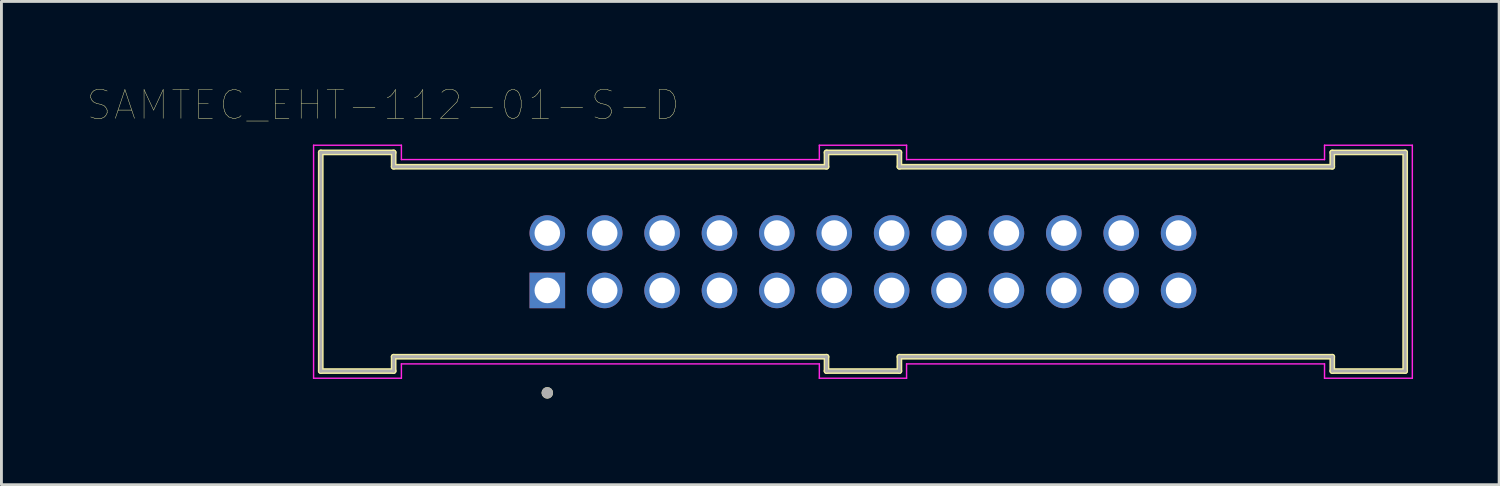
<source format=kicad_pcb>
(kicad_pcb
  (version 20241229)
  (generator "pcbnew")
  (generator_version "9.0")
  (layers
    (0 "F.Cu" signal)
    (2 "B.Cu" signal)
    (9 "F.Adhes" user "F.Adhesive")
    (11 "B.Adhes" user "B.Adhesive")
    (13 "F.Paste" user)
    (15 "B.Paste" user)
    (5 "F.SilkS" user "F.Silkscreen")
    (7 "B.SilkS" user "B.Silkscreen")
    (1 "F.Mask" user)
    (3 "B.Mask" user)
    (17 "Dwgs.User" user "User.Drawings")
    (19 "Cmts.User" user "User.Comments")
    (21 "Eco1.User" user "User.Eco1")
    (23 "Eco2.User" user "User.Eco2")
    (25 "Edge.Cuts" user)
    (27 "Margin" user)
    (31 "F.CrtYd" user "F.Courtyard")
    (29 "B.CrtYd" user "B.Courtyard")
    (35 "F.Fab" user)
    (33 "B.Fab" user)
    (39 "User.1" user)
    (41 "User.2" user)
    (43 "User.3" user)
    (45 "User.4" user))
  (footprint "SAMTEC_EHT-112-01-S-D"
    (layer "F.Cu")
    (at 27.023 6.071)
    (property "Reference" "SAMTEC_EHT-112-01-S-D" (at -16.72 -5.46 0) (layer "F.SilkS") (effects (font (size 1 1) (thickness 0.015))))
    (attr through_hole)
    (fp_line (start -18.895 -3.81) (end -16.355 -3.81) (stroke (width 0.2) (type solid)) (layer "F.SilkS"))
    (fp_line (start -18.895 3.81) (end -18.895 -3.81) (stroke (width 0.2) (type solid)) (layer "F.SilkS"))
    (fp_line (start -18.895 3.81) (end -16.355 3.81) (stroke (width 0.2) (type solid)) (layer "F.SilkS"))
    (fp_line (start -16.355 -3.31) (end -16.355 -3.81) (stroke (width 0.2) (type solid)) (layer "F.SilkS"))
    (fp_line (start -16.355 -3.31) (end -1.27 -3.31) (stroke (width 0.2) (type solid)) (layer "F.SilkS"))
    (fp_line (start -16.355 3.31) (end -16.355 3.81) (stroke (width 0.2) (type solid)) (layer "F.SilkS"))
    (fp_line (start -16.355 3.31) (end -1.27 3.31) (stroke (width 0.2) (type solid)) (layer "F.SilkS"))
    (fp_line (start -1.27 -3.81) (end 1.27 -3.81) (stroke (width 0.2) (type solid)) (layer "F.SilkS"))
    (fp_line (start -1.27 -3.31) (end -1.27 -3.81) (stroke (width 0.2) (type solid)) (layer "F.SilkS"))
    (fp_line (start -1.27 3.31) (end -1.27 3.81) (stroke (width 0.2) (type solid)) (layer "F.SilkS"))
    (fp_line (start -1.27 3.81) (end 1.27 3.81) (stroke (width 0.2) (type solid)) (layer "F.SilkS"))
    (fp_line (start 1.27 -3.31) (end 1.27 -3.81) (stroke (width 0.2) (type solid)) (layer "F.SilkS"))
    (fp_line (start 1.27 3.31) (end 1.27 3.81) (stroke (width 0.2) (type solid)) (layer "F.SilkS"))
    (fp_line (start 16.355 -3.31) (end 1.27 -3.31) (stroke (width 0.2) (type solid)) (layer "F.SilkS"))
    (fp_line (start 16.355 -3.31) (end 16.355 -3.81) (stroke (width 0.2) (type solid)) (layer "F.SilkS"))
    (fp_line (start 16.355 3.31) (end 1.27 3.31) (stroke (width 0.2) (type solid)) (layer "F.SilkS"))
    (fp_line (start 16.355 3.31) (end 16.355 3.81) (stroke (width 0.2) (type solid)) (layer "F.SilkS"))
    (fp_line (start 18.895 -3.81) (end 16.355 -3.81) (stroke (width 0.2) (type solid)) (layer "F.SilkS"))
    (fp_line (start 18.895 3.81) (end 16.355 3.81) (stroke (width 0.2) (type solid)) (layer "F.SilkS"))
    (fp_line (start 18.895 3.81) (end 18.895 -3.81) (stroke (width 0.2) (type solid)) (layer "F.SilkS"))
    (fp_circle (center -11 4.57) (end -10.9 4.57) (stroke (width 0.2) (type solid)) (fill no) (layer "F.SilkS"))
    (fp_line (start -19.145 -4.06) (end -16.085 -4.06) (stroke (width 0.05) (type solid)) (layer "F.CrtYd"))
    (fp_line (start -19.145 4.06) (end -19.145 -4.06) (stroke (width 0.05) (type solid)) (layer "F.CrtYd"))
    (fp_line (start -19.145 4.06) (end -16.085 4.06) (stroke (width 0.05) (type solid)) (layer "F.CrtYd"))
    (fp_line (start -16.085 -3.56) (end -16.085 -4.06) (stroke (width 0.05) (type solid)) (layer "F.CrtYd"))
    (fp_line (start -16.085 -3.56) (end -1.52 -3.56) (stroke (width 0.05) (type solid)) (layer "F.CrtYd"))
    (fp_line (start -16.085 3.56) (end -16.085 4.06) (stroke (width 0.05) (type solid)) (layer "F.CrtYd"))
    (fp_line (start -16.085 3.56) (end -1.52 3.56) (stroke (width 0.05) (type solid)) (layer "F.CrtYd"))
    (fp_line (start -1.52 -4.06) (end 1.52 -4.06) (stroke (width 0.05) (type solid)) (layer "F.CrtYd"))
    (fp_line (start -1.52 -3.56) (end -1.52 -4.06) (stroke (width 0.05) (type solid)) (layer "F.CrtYd"))
    (fp_line (start -1.52 3.56) (end -1.52 4.06) (stroke (width 0.05) (type solid)) (layer "F.CrtYd"))
    (fp_line (start -1.52 4.06) (end 1.52 4.06) (stroke (width 0.05) (type solid)) (layer "F.CrtYd"))
    (fp_line (start 1.52 -3.56) (end 1.52 -4.06) (stroke (width 0.05) (type solid)) (layer "F.CrtYd"))
    (fp_line (start 1.52 3.56) (end 1.52 4.06) (stroke (width 0.05) (type solid)) (layer "F.CrtYd"))
    (fp_line (start 16.085 -3.56) (end 1.52 -3.56) (stroke (width 0.05) (type solid)) (layer "F.CrtYd"))
    (fp_line (start 16.085 -3.56) (end 16.085 -4.06) (stroke (width 0.05) (type solid)) (layer "F.CrtYd"))
    (fp_line (start 16.085 3.56) (end 1.52 3.56) (stroke (width 0.05) (type solid)) (layer "F.CrtYd"))
    (fp_line (start 16.085 3.56) (end 16.085 4.06) (stroke (width 0.05) (type solid)) (layer "F.CrtYd"))
    (fp_line (start 19.145 -4.06) (end 16.085 -4.06) (stroke (width 0.05) (type solid)) (layer "F.CrtYd"))
    (fp_line (start 19.145 4.06) (end 16.085 4.06) (stroke (width 0.05) (type solid)) (layer "F.CrtYd"))
    (fp_line (start 19.145 4.06) (end 19.145 -4.06) (stroke (width 0.05) (type solid)) (layer "F.CrtYd"))
    (fp_line (start -18.895 -3.81) (end -16.355 -3.81) (stroke (width 0.1) (type solid)) (layer "F.Fab"))
    (fp_line (start -18.895 3.81) (end -18.895 -3.81) (stroke (width 0.1) (type solid)) (layer "F.Fab"))
    (fp_line (start -18.895 3.81) (end -16.355 3.81) (stroke (width 0.1) (type solid)) (layer "F.Fab"))
    (fp_line (start -16.355 -3.31) (end -16.355 -3.81) (stroke (width 0.1) (type solid)) (layer "F.Fab"))
    (fp_line (start -16.355 -3.31) (end -1.27 -3.31) (stroke (width 0.1) (type solid)) (layer "F.Fab"))
    (fp_line (start -16.355 3.31) (end -16.355 3.81) (stroke (width 0.1) (type solid)) (layer "F.Fab"))
    (fp_line (start -16.355 3.31) (end -1.27 3.31) (stroke (width 0.1) (type solid)) (layer "F.Fab"))
    (fp_line (start -1.27 -3.81) (end 1.27 -3.81) (stroke (width 0.1) (type solid)) (layer "F.Fab"))
    (fp_line (start -1.27 -3.31) (end -1.27 -3.81) (stroke (width 0.1) (type solid)) (layer "F.Fab"))
    (fp_line (start -1.27 3.31) (end -1.27 3.81) (stroke (width 0.1) (type solid)) (layer "F.Fab"))
    (fp_line (start -1.27 3.81) (end 1.27 3.81) (stroke (width 0.1) (type solid)) (layer "F.Fab"))
    (fp_line (start 1.27 -3.31) (end 1.27 -3.81) (stroke (width 0.1) (type solid)) (layer "F.Fab"))
    (fp_line (start 1.27 3.31) (end 1.27 3.81) (stroke (width 0.1) (type solid)) (layer "F.Fab"))
    (fp_line (start 16.355 -3.31) (end 1.27 -3.31) (stroke (width 0.1) (type solid)) (layer "F.Fab"))
    (fp_line (start 16.355 -3.31) (end 16.355 -3.81) (stroke (width 0.1) (type solid)) (layer "F.Fab"))
    (fp_line (start 16.355 3.31) (end 1.27 3.31) (stroke (width 0.1) (type solid)) (layer "F.Fab"))
    (fp_line (start 16.355 3.31) (end 16.355 3.81) (stroke (width 0.1) (type solid)) (layer "F.Fab"))
    (fp_line (start 18.895 -3.81) (end 16.355 -3.81) (stroke (width 0.1) (type solid)) (layer "F.Fab"))
    (fp_line (start 18.895 3.81) (end 16.355 3.81) (stroke (width 0.1) (type solid)) (layer "F.Fab"))
    (fp_line (start 18.895 3.81) (end 18.895 -3.81) (stroke (width 0.1) (type solid)) (layer "F.Fab"))
    (fp_circle (center -11 4.57) (end -10.9 4.57) (stroke (width 0.2) (type solid)) (fill no) (layer "F.Fab"))
    (pad "1" thru_hole rect (at -11 1) (size 1.24 1.24) (drill 0.89) (layers "*.Cu" "*.Mask"))
    (pad "2" thru_hole circle (at -11 -1) (size 1.24 1.24) (drill 0.89) (layers "*.Cu" "*.Mask"))
    (pad "3" thru_hole circle (at -9 1) (size 1.24 1.24) (drill 0.89) (layers "*.Cu" "*.Mask"))
    (pad "4" thru_hole circle (at -9 -1) (size 1.24 1.24) (drill 0.89) (layers "*.Cu" "*.Mask"))
    (pad "5" thru_hole circle (at -7 1) (size 1.24 1.24) (drill 0.89) (layers "*.Cu" "*.Mask"))
    (pad "6" thru_hole circle (at -7 -1) (size 1.24 1.24) (drill 0.89) (layers "*.Cu" "*.Mask"))
    (pad "7" thru_hole circle (at -5 1) (size 1.24 1.24) (drill 0.89) (layers "*.Cu" "*.Mask"))
    (pad "8" thru_hole circle (at -5 -1) (size 1.24 1.24) (drill 0.89) (layers "*.Cu" "*.Mask"))
    (pad "9" thru_hole circle (at -3 1) (size 1.24 1.24) (drill 0.89) (layers "*.Cu" "*.Mask"))
    (pad "10" thru_hole circle (at -3 -1) (size 1.24 1.24) (drill 0.89) (layers "*.Cu" "*.Mask"))
    (pad "11" thru_hole circle (at -1 1) (size 1.24 1.24) (drill 0.89) (layers "*.Cu" "*.Mask"))
    (pad "12" thru_hole circle (at -1 -1) (size 1.24 1.24) (drill 0.89) (layers "*.Cu" "*.Mask"))
    (pad "13" thru_hole circle (at 1 1) (size 1.24 1.24) (drill 0.89) (layers "*.Cu" "*.Mask"))
    (pad "14" thru_hole circle (at 1 -1) (size 1.24 1.24) (drill 0.89) (layers "*.Cu" "*.Mask"))
    (pad "15" thru_hole circle (at 3 1) (size 1.24 1.24) (drill 0.89) (layers "*.Cu" "*.Mask"))
    (pad "16" thru_hole circle (at 3 -1) (size 1.24 1.24) (drill 0.89) (layers "*.Cu" "*.Mask"))
    (pad "17" thru_hole circle (at 5 1) (size 1.24 1.24) (drill 0.89) (layers "*.Cu" "*.Mask"))
    (pad "18" thru_hole circle (at 5 -1) (size 1.24 1.24) (drill 0.89) (layers "*.Cu" "*.Mask"))
    (pad "19" thru_hole circle (at 7 1) (size 1.24 1.24) (drill 0.89) (layers "*.Cu" "*.Mask"))
    (pad "20" thru_hole circle (at 7 -1) (size 1.24 1.24) (drill 0.89) (layers "*.Cu" "*.Mask"))
    (pad "21" thru_hole circle (at 9 1) (size 1.24 1.24) (drill 0.89) (layers "*.Cu" "*.Mask"))
    (pad "22" thru_hole circle (at 9 -1) (size 1.24 1.24) (drill 0.89) (layers "*.Cu" "*.Mask"))
    (pad "23" thru_hole circle (at 11 1) (size 1.24 1.24) (drill 0.89) (layers "*.Cu" "*.Mask"))
    (pad "24" thru_hole circle (at 11 -1) (size 1.24 1.24) (drill 0.89) (layers "*.Cu" "*.Mask")))
  (gr_rect
    (start -3 -3)
    (end 49.193 13.841)
    (stroke (width 0.1) (type default))
    (fill no)
    (layer "Edge.Cuts")))
</source>
